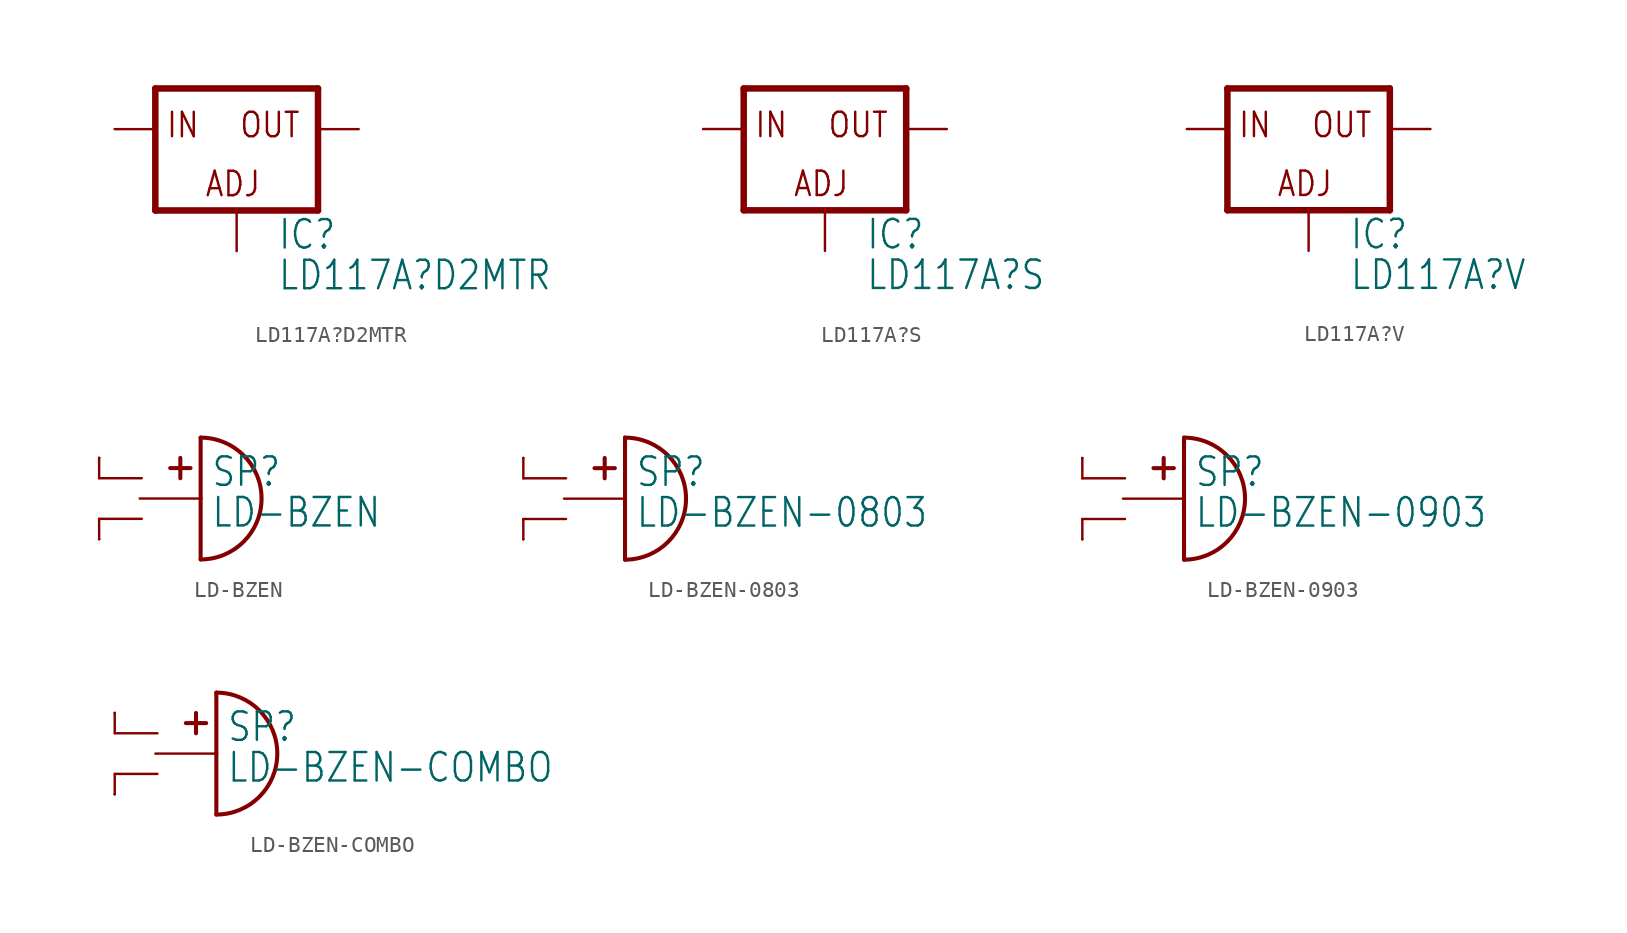
<source format=kicad_sym>
(kicad_symbol_lib
  (version 20211014)
  (generator kicad_symbol_editor)
  (symbol "LD117A?D2MTR"
    (property "Reference" "IC"
      (at 2.54 -7.62 0)
      (effects (font (size 1.778 1.511)) (justify left bottom)))
    (property "Value" "LD117A?D2MTR"
      (at 2.54 -10.16 0)
      (effects (font (size 1.778 1.511)) (justify left bottom)))
    (property "ki_locked" ""
      (at 0 0 0)
      (effects (font (size 1.27 1.27))))
    (symbol "LD117A?D2MTR_1_0"
      (polyline (pts (xy -5.08 -5.08) (xy 5.08 -5.08)) (stroke (width 0.406) (type default) (color 0 0 0 0)) (fill (type none)))
      (polyline (pts (xy -5.08 2.54) (xy -5.08 -5.08)) (stroke (width 0.406) (type default) (color 0 0 0 0)) (fill (type none)))
      (polyline (pts (xy 5.08 -5.08) (xy 5.08 2.54)) (stroke (width 0.406) (type default) (color 0 0 0 0)) (fill (type none)))
      (polyline (pts (xy 5.08 2.54) (xy -5.08 2.54)) (stroke (width 0.406) (type default) (color 0 0 0 0)) (fill (type none)))
      (text "ADJ" (at -2.032 -4.318 0) (effects (font (size 1.524 1.295)) (justify left bottom)))
      (text "IN" (at -4.445 -0.635 0) (effects (font (size 1.524 1.295)) (justify left bottom)))
      (text "OUT" (at 0.127 -0.635 0) (effects (font (size 1.524 1.295)) (justify left bottom)))
      (pin input line (at 0 -7.62 90) (length 2.54) (name "ADJ" (effects (font (size 0 0)))) (number "1" (effects (font (size 0 0)))))
      (pin passive line (at 7.62 0 180) (length 2.54) (name "OUT" (effects (font (size 0 0)))) (number "2" (effects (font (size 0 0)))))
      (pin input line (at -7.62 0 0) (length 2.54) (name "IN" (effects (font (size 0 0)))) (number "3" (effects (font (size 0 0)))))))
  (symbol "LD117A?S"
    (property "Reference" "IC"
      (at 2.54 -7.62 0)
      (effects (font (size 1.778 1.511)) (justify left bottom)))
    (property "Value" "LD117A?S"
      (at 2.54 -10.16 0)
      (effects (font (size 1.778 1.511)) (justify left bottom)))
    (property "ki_locked" ""
      (at 0 0 0)
      (effects (font (size 1.27 1.27))))
    (symbol "LD117A?S_1_0"
      (polyline (pts (xy -5.08 -5.08) (xy 5.08 -5.08)) (stroke (width 0.406) (type default) (color 0 0 0 0)) (fill (type none)))
      (polyline (pts (xy -5.08 2.54) (xy -5.08 -5.08)) (stroke (width 0.406) (type default) (color 0 0 0 0)) (fill (type none)))
      (polyline (pts (xy 5.08 -5.08) (xy 5.08 2.54)) (stroke (width 0.406) (type default) (color 0 0 0 0)) (fill (type none)))
      (polyline (pts (xy 5.08 2.54) (xy -5.08 2.54)) (stroke (width 0.406) (type default) (color 0 0 0 0)) (fill (type none)))
      (text "ADJ" (at -2.032 -4.318 0) (effects (font (size 1.524 1.295)) (justify left bottom)))
      (text "IN" (at -4.445 -0.635 0) (effects (font (size 1.524 1.295)) (justify left bottom)))
      (text "OUT" (at 0.127 -0.635 0) (effects (font (size 1.524 1.295)) (justify left bottom)))
      (pin input line (at 0 -7.62 90) (length 2.54) (name "ADJ" (effects (font (size 0 0)))) (number "1" (effects (font (size 0 0)))))
      (pin input line (at -7.62 0 0) (length 2.54) (name "IN" (effects (font (size 0 0)))) (number "3" (effects (font (size 0 0)))))
      (pin passive line (at 7.62 0 180) (length 2.54) (name "OUT" (effects (font (size 0 0)))) (number "4" (effects (font (size 0 0)))))))
  (symbol "LD117A?V"
    (property "Reference" "IC"
      (at 2.54 -7.62 0)
      (effects (font (size 1.778 1.511)) (justify left bottom)))
    (property "Value" "LD117A?V"
      (at 2.54 -10.16 0)
      (effects (font (size 1.778 1.511)) (justify left bottom)))
    (property "ki_locked" ""
      (at 0 0 0)
      (effects (font (size 1.27 1.27))))
    (symbol "LD117A?V_1_0"
      (polyline (pts (xy -5.08 -5.08) (xy 5.08 -5.08)) (stroke (width 0.406) (type default) (color 0 0 0 0)) (fill (type none)))
      (polyline (pts (xy -5.08 2.54) (xy -5.08 -5.08)) (stroke (width 0.406) (type default) (color 0 0 0 0)) (fill (type none)))
      (polyline (pts (xy 5.08 -5.08) (xy 5.08 2.54)) (stroke (width 0.406) (type default) (color 0 0 0 0)) (fill (type none)))
      (polyline (pts (xy 5.08 2.54) (xy -5.08 2.54)) (stroke (width 0.406) (type default) (color 0 0 0 0)) (fill (type none)))
      (text "ADJ" (at -2.032 -4.318 0) (effects (font (size 1.524 1.295)) (justify left bottom)))
      (text "IN" (at -4.445 -0.635 0) (effects (font (size 1.524 1.295)) (justify left bottom)))
      (text "OUT" (at 0.127 -0.635 0) (effects (font (size 1.524 1.295)) (justify left bottom)))
      (pin input line (at 0 -7.62 90) (length 2.54) (name "ADJ" (effects (font (size 0 0)))) (number "1" (effects (font (size 0 0)))))
      (pin passive line (at 7.62 0 180) (length 2.54) (name "OUT" (effects (font (size 0 0)))) (number "2" (effects (font (size 0 0)))))
      (pin input line (at -7.62 0 0) (length 2.54) (name "IN" (effects (font (size 0 0)))) (number "3" (effects (font (size 0 0)))))))
  (symbol "LD-BZEN"
    (property "Reference" "SP"
      (at 1.905 0.635 0)
      (effects (font (size 1.778 1.511)) (justify left bottom)))
    (property "Value" "LD-BZEN"
      (at 1.905 -1.905 0)
      (effects (font (size 1.778 1.511)) (justify left bottom)))
    (property "ki_locked" ""
      (at 0 0 0)
      (effects (font (size 1.27 1.27))))
    (symbol "LD-BZEN_1_0"
      (polyline (pts (xy -5.08 -1.27) (xy -5.08 -2.54)) (stroke (width 0.152) (type default) (color 0 0 0 0)) (fill (type none)))
      (polyline (pts (xy -5.08 -1.27) (xy -2.413 -1.27)) (stroke (width 0.152) (type default) (color 0 0 0 0)) (fill (type none)))
      (polyline (pts (xy -5.08 1.27) (xy -5.08 2.54)) (stroke (width 0.152) (type default) (color 0 0 0 0)) (fill (type none)))
      (polyline (pts (xy -5.08 1.27) (xy -2.413 1.27)) (stroke (width 0.152) (type default) (color 0 0 0 0)) (fill (type none)))
      (polyline (pts (xy -2.54 0) (xy 1.27 0)) (stroke (width 0.152) (type default) (color 0 0 0 0)) (fill (type none)))
      (polyline (pts (xy 0 2.54) (xy 0 1.27)) (stroke (width 0.254) (type default) (color 0 0 0 0)) (fill (type none)))
      (polyline (pts (xy 0.635 1.905) (xy -0.635 1.905)) (stroke (width 0.254) (type default) (color 0 0 0 0)) (fill (type none)))
      (polyline (pts (xy 1.27 0) (xy 1.27 -3.81)) (stroke (width 0.254) (type default) (color 0 0 0 0)) (fill (type none)))
      (polyline (pts (xy 1.27 3.81) (xy 1.27 0)) (stroke (width 0.254) (type default) (color 0 0 0 0)) (fill (type none)))
      (arc (start 1.27 -3.81) (mid 5.08 0) (end 1.27 3.81) (stroke (width 0.254) (type default) (color 0 0 0 0)) (fill (type none)))
      (pin passive line (at -5.08 2.54 270) (length 0) (name "+" (effects (font (size 0 0)))) (number "+" (effects (font (size 0 0)))))
      (pin passive line (at -5.08 2.54 270) (length 0) (name "+" (effects (font (size 0 0)))) (number "+B" (effects (font (size 0 0)))))
      (pin passive line (at -5.08 -2.54 90) (length 0) (name "-" (effects (font (size 0 0)))) (number "-" (effects (font (size 0 0)))))
      (pin passive line (at -5.08 -2.54 90) (length 0) (name "-" (effects (font (size 0 0)))) (number "-B" (effects (font (size 0 0)))))))
  (symbol "LD-BZEN-0803"
    (property "Reference" "SP"
      (at 1.905 0.635 0)
      (effects (font (size 1.778 1.511)) (justify left bottom)))
    (property "Value" "LD-BZEN-0803"
      (at 1.905 -1.905 0)
      (effects (font (size 1.778 1.511)) (justify left bottom)))
    (property "ki_locked" ""
      (at 0 0 0)
      (effects (font (size 1.27 1.27))))
    (symbol "LD-BZEN-0803_1_0"
      (polyline (pts (xy -5.08 -1.27) (xy -5.08 -2.54)) (stroke (width 0.152) (type default) (color 0 0 0 0)) (fill (type none)))
      (polyline (pts (xy -5.08 -1.27) (xy -2.413 -1.27)) (stroke (width 0.152) (type default) (color 0 0 0 0)) (fill (type none)))
      (polyline (pts (xy -5.08 1.27) (xy -5.08 2.54)) (stroke (width 0.152) (type default) (color 0 0 0 0)) (fill (type none)))
      (polyline (pts (xy -5.08 1.27) (xy -2.413 1.27)) (stroke (width 0.152) (type default) (color 0 0 0 0)) (fill (type none)))
      (polyline (pts (xy -2.54 0) (xy 1.27 0)) (stroke (width 0.152) (type default) (color 0 0 0 0)) (fill (type none)))
      (polyline (pts (xy 0 2.54) (xy 0 1.27)) (stroke (width 0.254) (type default) (color 0 0 0 0)) (fill (type none)))
      (polyline (pts (xy 0.635 1.905) (xy -0.635 1.905)) (stroke (width 0.254) (type default) (color 0 0 0 0)) (fill (type none)))
      (polyline (pts (xy 1.27 0) (xy 1.27 -3.81)) (stroke (width 0.254) (type default) (color 0 0 0 0)) (fill (type none)))
      (polyline (pts (xy 1.27 3.81) (xy 1.27 0)) (stroke (width 0.254) (type default) (color 0 0 0 0)) (fill (type none)))
      (arc (start 1.27 -3.81) (mid 5.08 0) (end 1.27 3.81) (stroke (width 0.254) (type default) (color 0 0 0 0)) (fill (type none)))
      (pin passive line (at -5.08 2.54 270) (length 0) (name "+" (effects (font (size 0 0)))) (number "+" (effects (font (size 0 0)))))
      (pin passive line (at -5.08 -2.54 90) (length 0) (name "-" (effects (font (size 0 0)))) (number "-" (effects (font (size 0 0)))))))
  (symbol "LD-BZEN-0903"
    (property "Reference" "SP"
      (at 1.905 0.635 0)
      (effects (font (size 1.778 1.511)) (justify left bottom)))
    (property "Value" "LD-BZEN-0903"
      (at 1.905 -1.905 0)
      (effects (font (size 1.778 1.511)) (justify left bottom)))
    (property "ki_locked" ""
      (at 0 0 0)
      (effects (font (size 1.27 1.27))))
    (symbol "LD-BZEN-0903_1_0"
      (polyline (pts (xy -5.08 -1.27) (xy -5.08 -2.54)) (stroke (width 0.152) (type default) (color 0 0 0 0)) (fill (type none)))
      (polyline (pts (xy -5.08 -1.27) (xy -2.413 -1.27)) (stroke (width 0.152) (type default) (color 0 0 0 0)) (fill (type none)))
      (polyline (pts (xy -5.08 1.27) (xy -5.08 2.54)) (stroke (width 0.152) (type default) (color 0 0 0 0)) (fill (type none)))
      (polyline (pts (xy -5.08 1.27) (xy -2.413 1.27)) (stroke (width 0.152) (type default) (color 0 0 0 0)) (fill (type none)))
      (polyline (pts (xy -2.54 0) (xy 1.27 0)) (stroke (width 0.152) (type default) (color 0 0 0 0)) (fill (type none)))
      (polyline (pts (xy 0 2.54) (xy 0 1.27)) (stroke (width 0.254) (type default) (color 0 0 0 0)) (fill (type none)))
      (polyline (pts (xy 0.635 1.905) (xy -0.635 1.905)) (stroke (width 0.254) (type default) (color 0 0 0 0)) (fill (type none)))
      (polyline (pts (xy 1.27 0) (xy 1.27 -3.81)) (stroke (width 0.254) (type default) (color 0 0 0 0)) (fill (type none)))
      (polyline (pts (xy 1.27 3.81) (xy 1.27 0)) (stroke (width 0.254) (type default) (color 0 0 0 0)) (fill (type none)))
      (arc (start 1.27 -3.81) (mid 5.08 0) (end 1.27 3.81) (stroke (width 0.254) (type default) (color 0 0 0 0)) (fill (type none)))
      (pin passive line (at -5.08 2.54 270) (length 0) (name "+" (effects (font (size 0 0)))) (number "+B" (effects (font (size 0 0)))))
      (pin passive line (at -5.08 -2.54 90) (length 0) (name "-" (effects (font (size 0 0)))) (number "-B" (effects (font (size 0 0)))))))
  (symbol "LD-BZEN-COMBO"
    (property "Reference" "SP"
      (at 1.905 0.635 0)
      (effects (font (size 1.778 1.511)) (justify left bottom)))
    (property "Value" "LD-BZEN-COMBO"
      (at 1.905 -1.905 0)
      (effects (font (size 1.778 1.511)) (justify left bottom)))
    (property "ki_locked" ""
      (at 0 0 0)
      (effects (font (size 1.27 1.27))))
    (symbol "LD-BZEN-COMBO_1_0"
      (polyline (pts (xy -5.08 -1.27) (xy -5.08 -2.54)) (stroke (width 0.152) (type default) (color 0 0 0 0)) (fill (type none)))
      (polyline (pts (xy -5.08 -1.27) (xy -2.413 -1.27)) (stroke (width 0.152) (type default) (color 0 0 0 0)) (fill (type none)))
      (polyline (pts (xy -5.08 1.27) (xy -5.08 2.54)) (stroke (width 0.152) (type default) (color 0 0 0 0)) (fill (type none)))
      (polyline (pts (xy -5.08 1.27) (xy -2.413 1.27)) (stroke (width 0.152) (type default) (color 0 0 0 0)) (fill (type none)))
      (polyline (pts (xy -2.54 0) (xy 1.27 0)) (stroke (width 0.152) (type default) (color 0 0 0 0)) (fill (type none)))
      (polyline (pts (xy 0 2.54) (xy 0 1.27)) (stroke (width 0.254) (type default) (color 0 0 0 0)) (fill (type none)))
      (polyline (pts (xy 0.635 1.905) (xy -0.635 1.905)) (stroke (width 0.254) (type default) (color 0 0 0 0)) (fill (type none)))
      (polyline (pts (xy 1.27 0) (xy 1.27 -3.81)) (stroke (width 0.254) (type default) (color 0 0 0 0)) (fill (type none)))
      (polyline (pts (xy 1.27 3.81) (xy 1.27 0)) (stroke (width 0.254) (type default) (color 0 0 0 0)) (fill (type none)))
      (arc (start 1.27 -3.81) (mid 5.08 0) (end 1.27 3.81) (stroke (width 0.254) (type default) (color 0 0 0 0)) (fill (type none)))
      (pin passive line (at -5.08 2.54 270) (length 0) (name "+" (effects (font (size 0 0)))) (number "+" (effects (font (size 0 0)))))
      (pin passive line (at -5.08 2.54 270) (length 0) (name "+" (effects (font (size 0 0)))) (number "+B" (effects (font (size 0 0)))))
      (pin passive line (at -5.08 -2.54 90) (length 0) (name "-" (effects (font (size 0 0)))) (number "-" (effects (font (size 0 0)))))
      (pin passive line (at -5.08 -2.54 90) (length 0) (name "-" (effects (font (size 0 0)))) (number "-B" (effects (font (size 0 0))))))))
</source>
